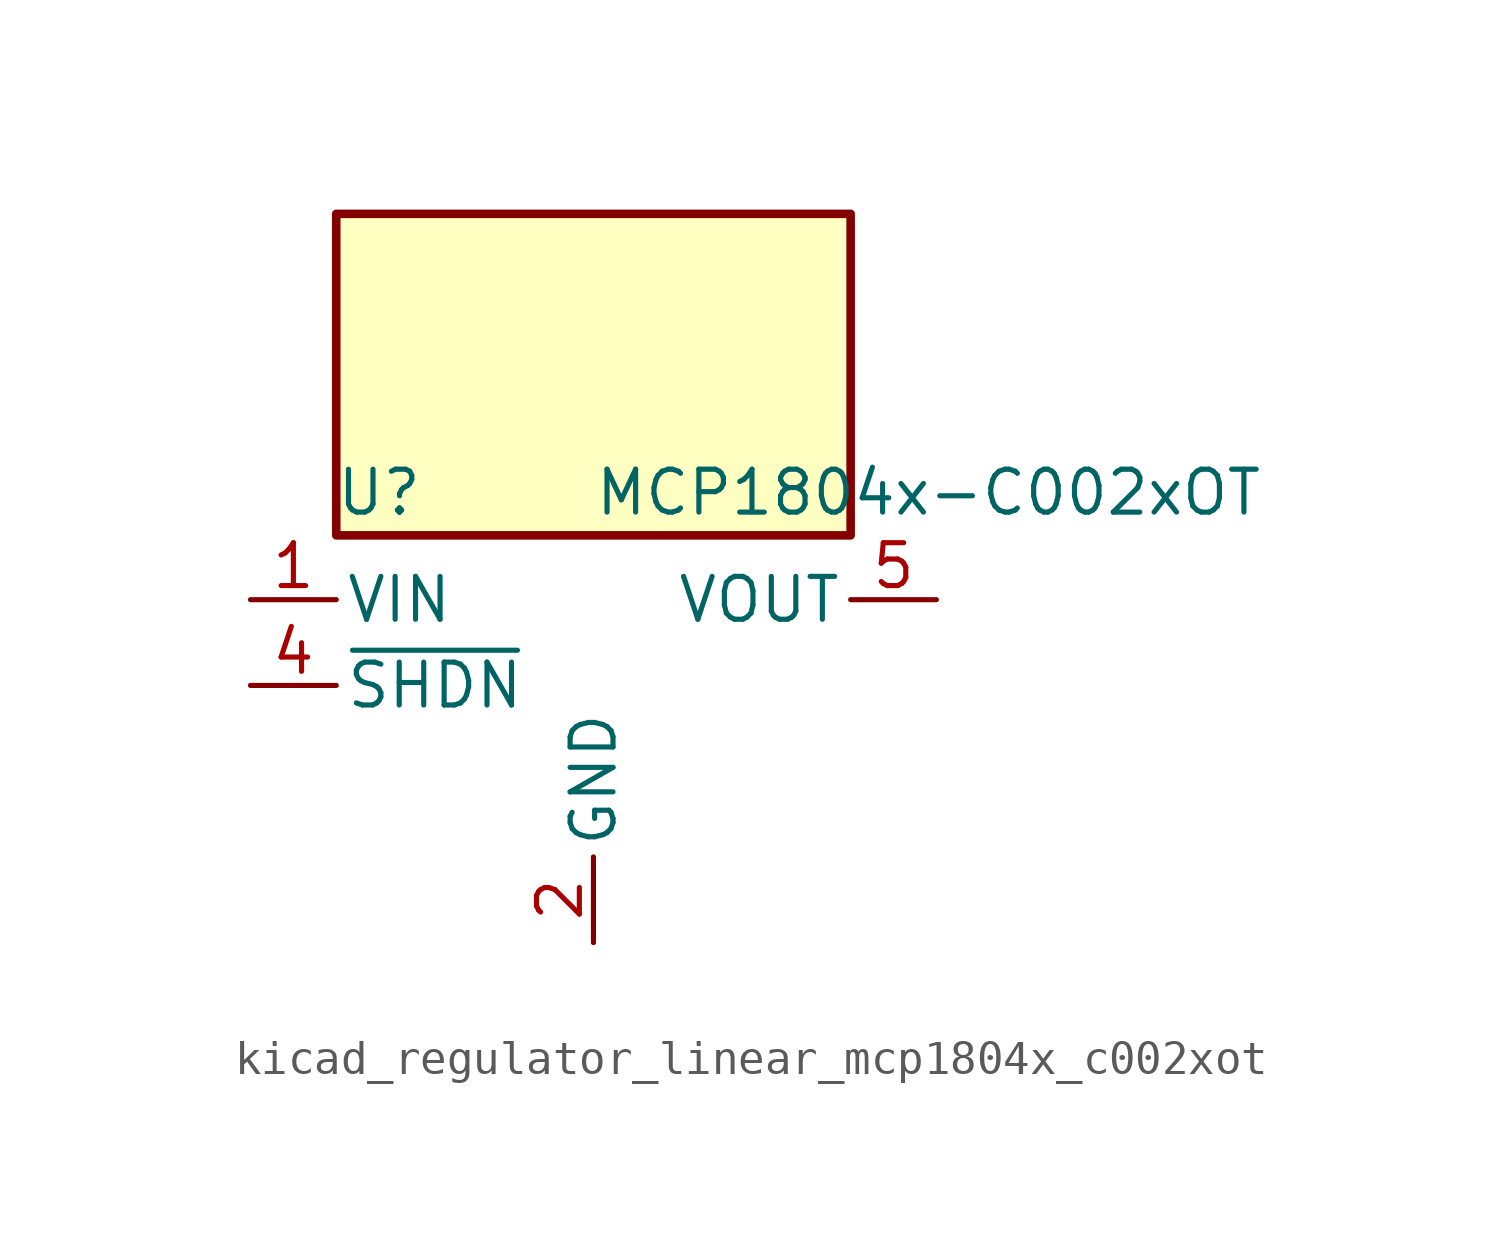
<source format=kicad_sym>
(kicad_symbol_lib
  (version 20220914)
  (generator kicad_symbol_editor)
  (symbol "kicad_regulator_linear_mcp1804x_c002xot"
    (pin_names
      (offset 0.254))
    (property "Reference" "U"
      (at -6.35 5.715 0)
      (effects (font (size 1.27 1.27))))
    (property "Value" "MCP1804x-C002xOT"
      (at 0 5.715 0)
      (effects (font (size 1.27 1.27)) (justify left)))
    (symbol "kicad_regulator_linear_mcp1804x_c002xot_0_1"
      (rectangle (start 7.62 13.97) (end -7.62 4.445) (stroke (width 0.254) (type default)) (fill (type background))))
    (symbol "kicad_regulator_linear_mcp1804x_c002xot_1_1"
      (pin power_in line (at -10.16 2.54 0) (length 2.54) (name "VIN" (effects (font (size 1.27 1.27)))) (number "1" (effects (font (size 1.27 1.27)))))
      (pin power_in line (at 0 -7.62 90) (length 2.54) (name "GND" (effects (font (size 1.27 1.27)))) (number "2" (effects (font (size 1.27 1.27)))))
      (pin no_connect line (at 7.62 0 180) (length 2.54) hide (name "NC" (effects (font (size 1.27 1.27)))) (number "3" (effects (font (size 1.27 1.27)))))
      (pin input line (at -10.16 0 0) (length 2.54) (name "~{SHDN}" (effects (font (size 1.27 1.27)))) (number "4" (effects (font (size 1.27 1.27)))))
      (pin power_out line (at 10.16 2.54 180) (length 2.54) (name "VOUT" (effects (font (size 1.27 1.27)))) (number "5" (effects (font (size 1.27 1.27))))))))
</source>
